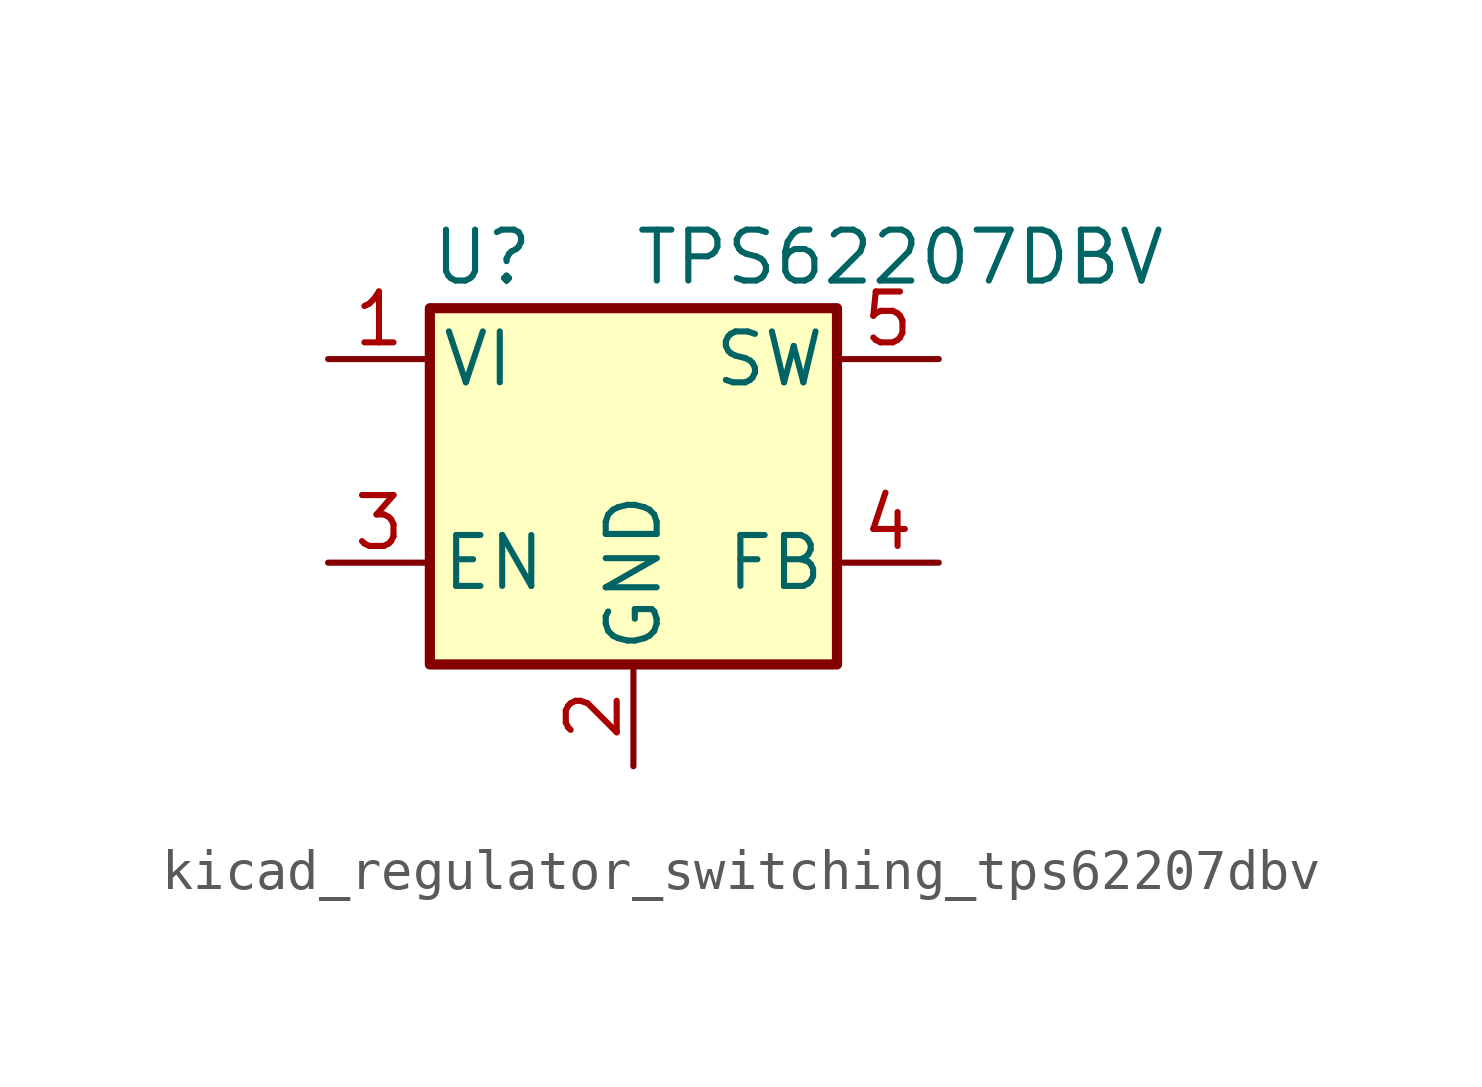
<source format=kicad_sym>
(kicad_symbol_lib
  (version 20220914)
  (generator kicad_symbol_editor)
  (symbol "kicad_regulator_switching_tps62207dbv"
    (pin_names
      (offset 0.254))
    (property "Reference" "U"
      (at -5.08 7.62 0)
      (effects (font (size 1.27 1.27)) (justify left)))
    (property "Value" "TPS62207DBV"
      (at 0 7.62 0)
      (effects (font (size 1.27 1.27)) (justify left)))
    (symbol "kicad_regulator_switching_tps62207dbv_0_1"
      (rectangle (start -5.08 6.35) (end 5.08 -2.54) (stroke (width 0.254) (type default)) (fill (type background))))
    (symbol "kicad_regulator_switching_tps62207dbv_1_1"
      (pin power_in line (at -7.62 5.08 0) (length 2.54) (name "VI" (effects (font (size 1.27 1.27)))) (number "1" (effects (font (size 1.27 1.27)))))
      (pin power_in line (at 0 -5.08 90) (length 2.54) (name "GND" (effects (font (size 1.27 1.27)))) (number "2" (effects (font (size 1.27 1.27)))))
      (pin input line (at -7.62 0 0) (length 2.54) (name "EN" (effects (font (size 1.27 1.27)))) (number "3" (effects (font (size 1.27 1.27)))))
      (pin input line (at 7.62 0 180) (length 2.54) (name "FB" (effects (font (size 1.27 1.27)))) (number "4" (effects (font (size 1.27 1.27)))))
      (pin output line (at 7.62 5.08 180) (length 2.54) (name "SW" (effects (font (size 1.27 1.27)))) (number "5" (effects (font (size 1.27 1.27))))))))
</source>
